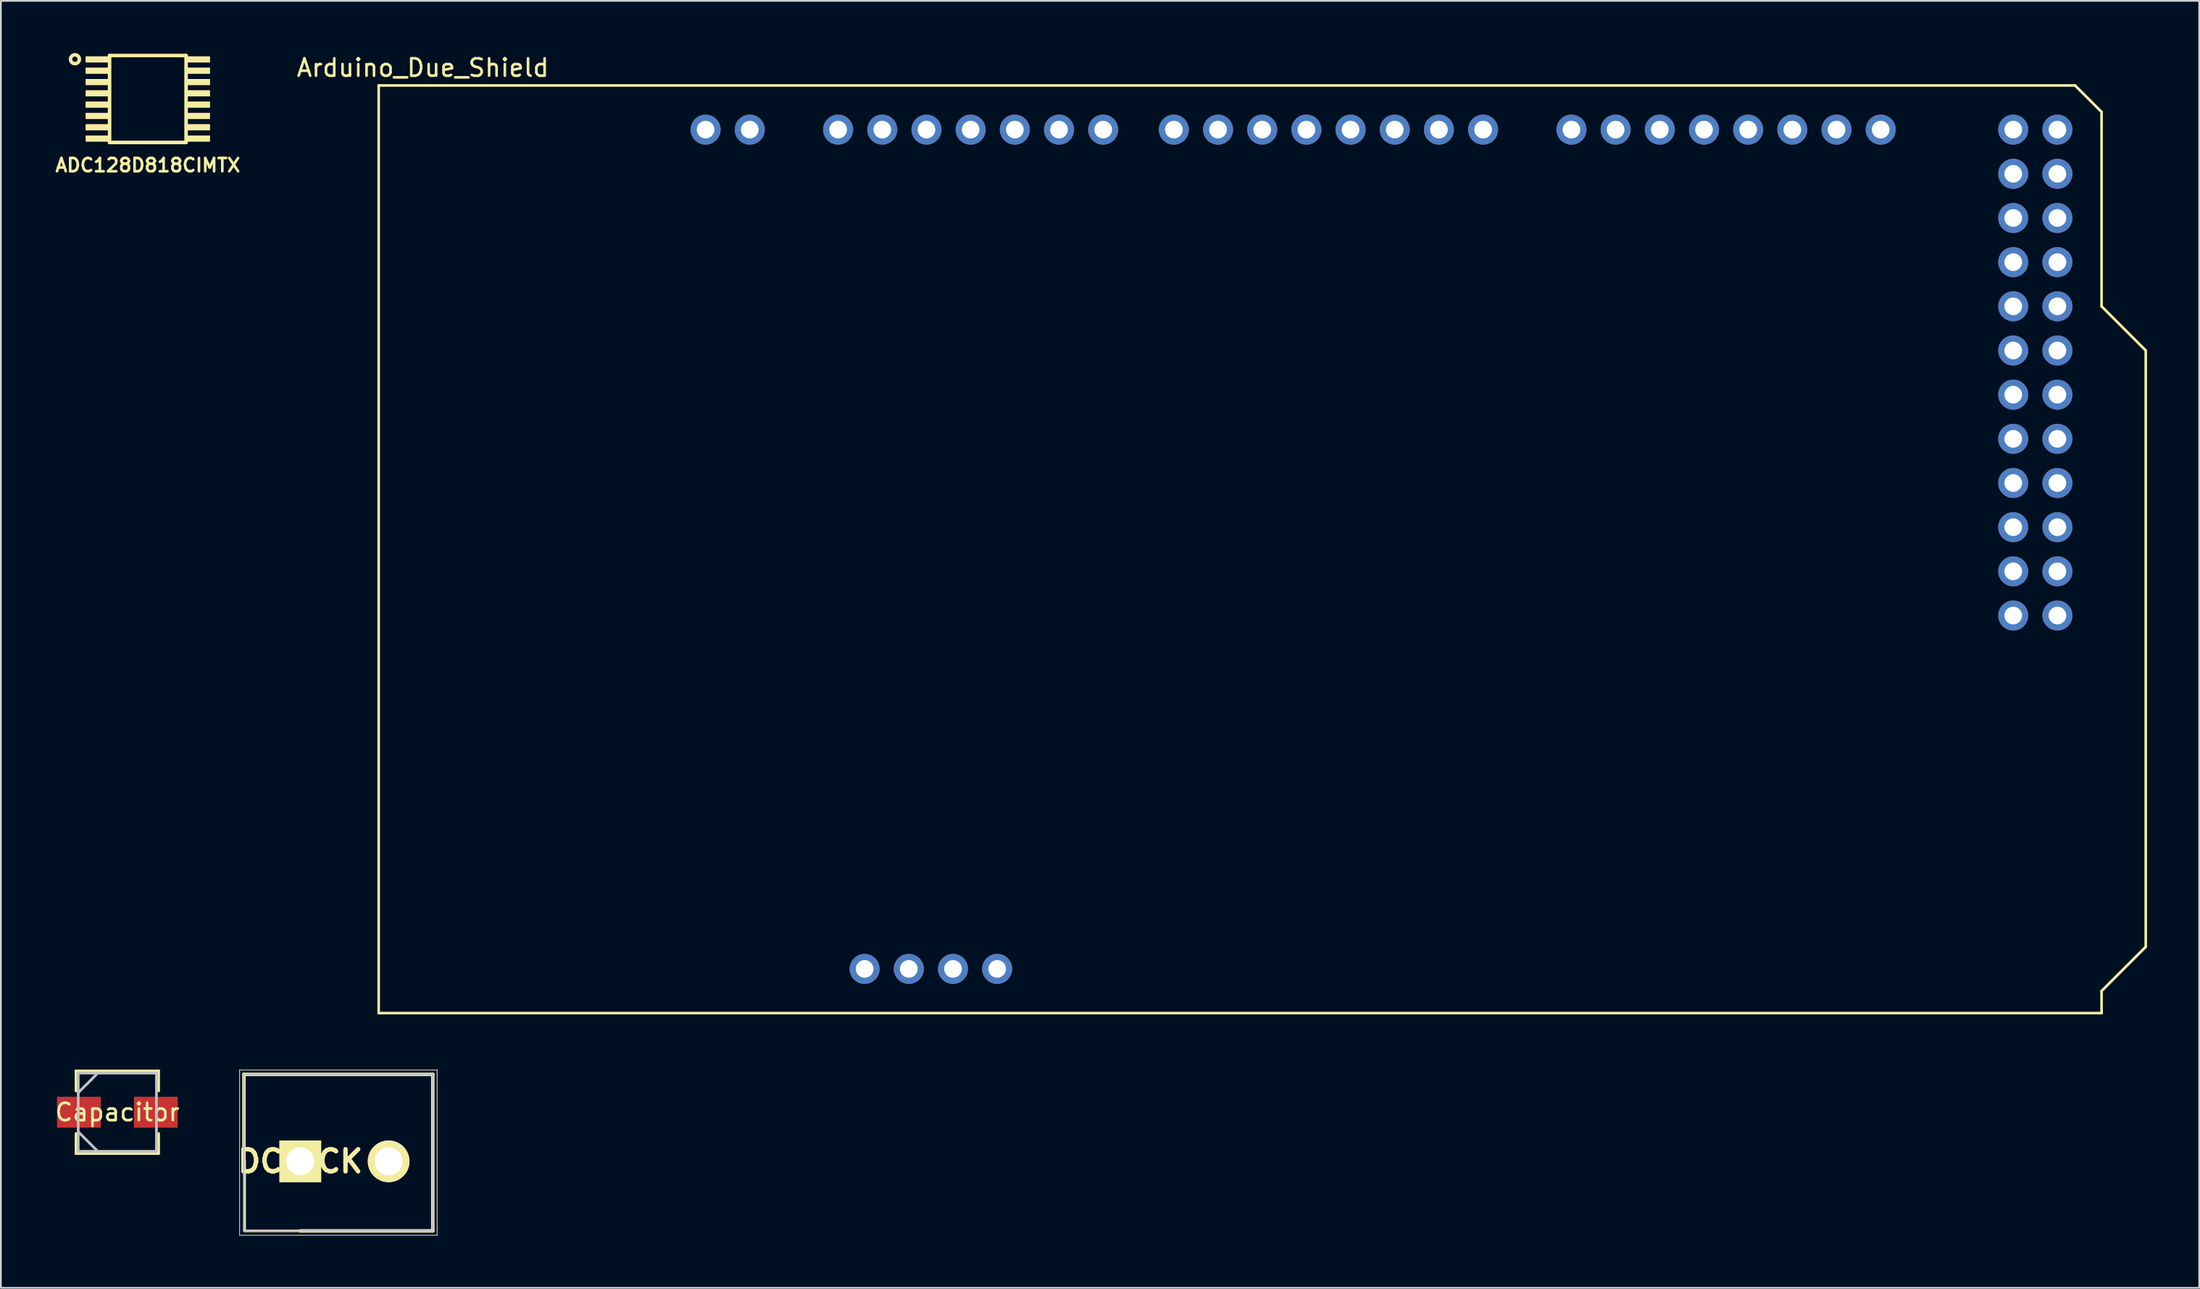
<source format=kicad_pcb>
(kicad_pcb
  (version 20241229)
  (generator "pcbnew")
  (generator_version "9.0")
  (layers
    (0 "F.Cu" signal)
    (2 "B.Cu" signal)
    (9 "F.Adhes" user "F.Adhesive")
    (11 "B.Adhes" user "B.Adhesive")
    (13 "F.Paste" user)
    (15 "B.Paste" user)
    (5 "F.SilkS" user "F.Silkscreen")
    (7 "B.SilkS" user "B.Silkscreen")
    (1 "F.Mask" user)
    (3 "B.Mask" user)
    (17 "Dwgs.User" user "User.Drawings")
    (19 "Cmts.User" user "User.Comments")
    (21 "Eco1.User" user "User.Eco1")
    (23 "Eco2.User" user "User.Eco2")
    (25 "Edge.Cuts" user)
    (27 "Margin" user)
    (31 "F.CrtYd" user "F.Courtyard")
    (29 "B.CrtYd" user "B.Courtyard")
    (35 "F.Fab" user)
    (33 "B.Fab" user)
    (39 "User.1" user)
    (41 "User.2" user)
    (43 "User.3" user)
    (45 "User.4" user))
  (footprint "Arduino_Due_Shield"
    (layer "F.Cu")
    (at 18.723 55.204)
    (property "Reference" "Arduino_Due_Shield" (at 2.54 -54.356 0) (layer "F.SilkS") (effects (font (size 1 1) (thickness 0.15))))
    (attr through_hole)
    (fp_line (start 0 -53.34) (end 0 0) (stroke (width 0.15) (type solid)) (layer "F.SilkS"))
    (fp_line (start 0 -53.34) (end 97.536 -53.34) (stroke (width 0.15) (type solid)) (layer "F.SilkS"))
    (fp_line (start 0 0) (end 99.06 0) (stroke (width 0.15) (type solid)) (layer "F.SilkS"))
    (fp_line (start 97.536 -53.34) (end 99.06 -51.816) (stroke (width 0.15) (type solid)) (layer "F.SilkS"))
    (fp_line (start 99.06 -40.64) (end 99.06 -51.816) (stroke (width 0.15) (type solid)) (layer "F.SilkS"))
    (fp_line (start 99.06 -1.27) (end 101.6 -3.81) (stroke (width 0.15) (type solid)) (layer "F.SilkS"))
    (fp_line (start 99.06 0) (end 99.06 -1.27) (stroke (width 0.15) (type solid)) (layer "F.SilkS"))
    (fp_line (start 101.6 -38.1) (end 99.06 -40.64) (stroke (width 0.15) (type solid)) (layer "F.SilkS"))
    (fp_line (start 101.6 -3.81) (end 101.6 -38.1) (stroke (width 0.15) (type solid)) (layer "F.SilkS"))
    (pad "" thru_hole oval (at 27.94 -2.54) (size 1.727 1.727) (drill 1.016) (layers "*.Cu" "*.Mask"))
    (pad "3.3V" thru_hole oval (at 35.56 -2.54) (size 1.727 1.727) (drill 1.016) (layers "*.Cu" "*.Mask"))
    (pad "5V3" thru_hole oval (at 93.98 -50.8) (size 1.727 1.727) (drill 1.016) (layers "*.Cu" "*.Mask"))
    (pad "5V4" thru_hole oval (at 96.52 -50.8) (size 1.727 1.727) (drill 1.016) (layers "*.Cu" "*.Mask"))
    (pad "D0" thru_hole oval (at 63.5 -50.8) (size 1.727 1.727) (drill 1.016) (layers "*.Cu" "*.Mask"))
    (pad "D1" thru_hole oval (at 60.96 -50.8) (size 1.727 1.727) (drill 1.016) (layers "*.Cu" "*.Mask"))
    (pad "D2" thru_hole oval (at 58.42 -50.8) (size 1.727 1.727) (drill 1.016) (layers "*.Cu" "*.Mask"))
    (pad "D3" thru_hole oval (at 55.88 -50.8) (size 1.727 1.727) (drill 1.016) (layers "*.Cu" "*.Mask"))
    (pad "D4" thru_hole oval (at 53.34 -50.8) (size 1.727 1.727) (drill 1.016) (layers "*.Cu" "*.Mask"))
    (pad "D5" thru_hole oval (at 50.8 -50.8) (size 1.727 1.727) (drill 1.016) (layers "*.Cu" "*.Mask"))
    (pad "D6" thru_hole oval (at 48.26 -50.8) (size 1.727 1.727) (drill 1.016) (layers "*.Cu" "*.Mask"))
    (pad "D7" thru_hole oval (at 45.72 -50.8) (size 1.727 1.727) (drill 1.016) (layers "*.Cu" "*.Mask"))
    (pad "D8" thru_hole oval (at 41.656 -50.8) (size 1.727 1.727) (drill 1.016) (layers "*.Cu" "*.Mask"))
    (pad "D9" thru_hole oval (at 39.116 -50.8) (size 1.727 1.727) (drill 1.016) (layers "*.Cu" "*.Mask"))
    (pad "D10" thru_hole oval (at 36.576 -50.8) (size 1.727 1.727) (drill 1.016) (layers "*.Cu" "*.Mask"))
    (pad "D11" thru_hole oval (at 34.036 -50.8) (size 1.727 1.727) (drill 1.016) (layers "*.Cu" "*.Mask"))
    (pad "D12" thru_hole oval (at 31.496 -50.8) (size 1.727 1.727) (drill 1.016) (layers "*.Cu" "*.Mask"))
    (pad "D13" thru_hole oval (at 28.956 -50.8) (size 1.727 1.727) (drill 1.016) (layers "*.Cu" "*.Mask"))
    (pad "D14" thru_hole oval (at 68.58 -50.8) (size 1.727 1.727) (drill 1.016) (layers "*.Cu" "*.Mask"))
    (pad "D15" thru_hole oval (at 71.12 -50.8) (size 1.727 1.727) (drill 1.016) (layers "*.Cu" "*.Mask"))
    (pad "D16" thru_hole oval (at 73.66 -50.8) (size 1.727 1.727) (drill 1.016) (layers "*.Cu" "*.Mask"))
    (pad "D17" thru_hole oval (at 76.2 -50.8) (size 1.727 1.727) (drill 1.016) (layers "*.Cu" "*.Mask"))
    (pad "D18" thru_hole oval (at 78.74 -50.8) (size 1.727 1.727) (drill 1.016) (layers "*.Cu" "*.Mask"))
    (pad "D19" thru_hole oval (at 81.28 -50.8) (size 1.727 1.727) (drill 1.016) (layers "*.Cu" "*.Mask"))
    (pad "D20" thru_hole oval (at 83.82 -50.8) (size 1.727 1.727) (drill 1.016) (layers "*.Cu" "*.Mask"))
    (pad "D21" thru_hole oval (at 86.36 -50.8) (size 1.727 1.727) (drill 1.016) (layers "*.Cu" "*.Mask"))
    (pad "D22" thru_hole oval (at 93.98 -48.26) (size 1.727 1.727) (drill 1.016) (layers "*.Cu" "*.Mask"))
    (pad "D23" thru_hole oval (at 96.52 -48.26) (size 1.727 1.727) (drill 1.016) (layers "*.Cu" "*.Mask"))
    (pad "D24" thru_hole oval (at 93.98 -45.72) (size 1.727 1.727) (drill 1.016) (layers "*.Cu" "*.Mask"))
    (pad "D25" thru_hole oval (at 96.52 -45.72) (size 1.727 1.727) (drill 1.016) (layers "*.Cu" "*.Mask"))
    (pad "D26" thru_hole oval (at 93.98 -43.18) (size 1.727 1.727) (drill 1.016) (layers "*.Cu" "*.Mask"))
    (pad "D27" thru_hole oval (at 96.52 -43.18) (size 1.727 1.727) (drill 1.016) (layers "*.Cu" "*.Mask"))
    (pad "D28" thru_hole oval (at 93.98 -40.64) (size 1.727 1.727) (drill 1.016) (layers "*.Cu" "*.Mask"))
    (pad "D29" thru_hole oval (at 96.52 -40.64) (size 1.727 1.727) (drill 1.016) (layers "*.Cu" "*.Mask"))
    (pad "D30" thru_hole oval (at 93.98 -38.1) (size 1.727 1.727) (drill 1.016) (layers "*.Cu" "*.Mask"))
    (pad "D31" thru_hole oval (at 96.52 -38.1) (size 1.727 1.727) (drill 1.016) (layers "*.Cu" "*.Mask"))
    (pad "D32" thru_hole oval (at 93.98 -35.56) (size 1.727 1.727) (drill 1.016) (layers "*.Cu" "*.Mask"))
    (pad "D33" thru_hole oval (at 96.52 -35.56) (size 1.727 1.727) (drill 1.016) (layers "*.Cu" "*.Mask"))
    (pad "D34" thru_hole oval (at 93.98 -33.02) (size 1.727 1.727) (drill 1.016) (layers "*.Cu" "*.Mask"))
    (pad "D35" thru_hole oval (at 96.52 -33.02) (size 1.727 1.727) (drill 1.016) (layers "*.Cu" "*.Mask"))
    (pad "D36" thru_hole oval (at 93.98 -30.48) (size 1.727 1.727) (drill 1.016) (layers "*.Cu" "*.Mask"))
    (pad "D37" thru_hole oval (at 96.52 -30.48) (size 1.727 1.727) (drill 1.016) (layers "*.Cu" "*.Mask"))
    (pad "D38" thru_hole oval (at 93.98 -27.94) (size 1.727 1.727) (drill 1.016) (layers "*.Cu" "*.Mask"))
    (pad "D39" thru_hole oval (at 96.52 -27.94) (size 1.727 1.727) (drill 1.016) (layers "*.Cu" "*.Mask"))
    (pad "D40" thru_hole oval (at 93.98 -25.4) (size 1.727 1.727) (drill 1.016) (layers "*.Cu" "*.Mask"))
    (pad "D41" thru_hole oval (at 96.52 -25.4) (size 1.727 1.727) (drill 1.016) (layers "*.Cu" "*.Mask"))
    (pad "D42" thru_hole oval (at 93.98 -22.86) (size 1.727 1.727) (drill 1.016) (layers "*.Cu" "*.Mask"))
    (pad "D43" thru_hole oval (at 96.52 -22.86) (size 1.727 1.727) (drill 1.016) (layers "*.Cu" "*.Mask"))
    (pad "GND1" thru_hole oval (at 26.416 -50.8) (size 1.727 1.727) (drill 1.016) (layers "*.Cu" "*.Mask"))
    (pad "IORF" thru_hole oval (at 30.48 -2.54) (size 1.727 1.727) (drill 1.016) (layers "*.Cu" "*.Mask"))
    (pad "RST1" thru_hole oval (at 33.02 -2.54) (size 1.727 1.727) (drill 1.016) (layers "*.Cu" "*.Mask"))
    (pad "SCL1" thru_hole oval (at 18.796 -50.8) (size 1.727 1.727) (drill 1.016) (layers "*.Cu" "*.Mask"))
    (pad "SDA1" thru_hole oval (at 21.336 -50.8) (size 1.727 1.727) (drill 1.016) (layers "*.Cu" "*.Mask")))
  (footprint "Capacitor"
    (layer "F.Cu")
    (at 3.696 60.905)
    (property "Reference" "Capacitor" (at 0 0 0) (layer "F.SilkS") (effects (font (size 1 1) (thickness 0.15))))
    (attr through_hole)
    (fp_line (start -2.375 -2.375) (end -2.375 -1.222) (stroke (width 0.152) (type solid)) (layer "F.SilkS"))
    (fp_line (start -2.375 1.222) (end -2.375 2.375) (stroke (width 0.152) (type solid)) (layer "F.SilkS"))
    (fp_line (start -2.375 2.375) (end 2.375 2.375) (stroke (width 0.152) (type solid)) (layer "F.SilkS"))
    (fp_line (start 2.375 -2.375) (end -2.375 -2.375) (stroke (width 0.152) (type solid)) (layer "F.SilkS"))
    (fp_line (start 2.375 -1.222) (end 2.375 -2.375) (stroke (width 0.152) (type solid)) (layer "F.SilkS"))
    (fp_line (start 2.375 2.375) (end 2.375 1.222) (stroke (width 0.152) (type solid)) (layer "F.SilkS"))
    (fp_line (start -2.248 -2.248) (end -2.248 2.248) (stroke (width 0.152) (type solid)) (layer "Dwgs.User"))
    (fp_line (start -2.248 -1.124) (end -1.124 -2.248) (stroke (width 0.152) (type solid)) (layer "Dwgs.User"))
    (fp_line (start -2.248 1.124) (end -1.124 2.248) (stroke (width 0.152) (type solid)) (layer "Dwgs.User"))
    (fp_line (start -2.248 2.248) (end 2.248 2.248) (stroke (width 0.152) (type solid)) (layer "Dwgs.User"))
    (fp_line (start 2.248 -2.248) (end -2.248 -2.248) (stroke (width 0.152) (type solid)) (layer "Dwgs.User"))
    (fp_line (start 2.248 2.248) (end 2.248 -2.248) (stroke (width 0.152) (type solid)) (layer "Dwgs.User"))
    (fp_text user "Copyright 2016 Accelerated Designs. All rights reserved." (at 0 0 0) (layer "Cmts.User") (effects (font (size 0.127 0.127) (thickness 0.002))))
    (pad "" smd rect (at -2.21 0) (size 2.515 1.778) (layers "F.Mask"))
    (pad "" smd rect (at -2.21 0) (size 2.515 1.778) (layers "F.Paste"))
    (pad "" smd rect (at 2.21 0) (size 2.515 1.778) (layers "F.Mask"))
    (pad "" smd rect (at 2.21 0) (size 2.515 1.778) (layers "F.Paste"))
    (pad "1" smd rect (at -2.21 0) (size 2.515 1.778) (layers "F.Cu"))
    (pad "2" smd rect (at 2.21 0) (size 2.515 1.778) (layers "F.Cu")))
  (footprint "DCJACK"
    (layer "F.Cu")
    (at 14.215 63.729)
    (property "Reference" "DCJACK" (at 0 0 0) (layer "F.SilkS") (effects (font (size 1.27 1.27) (thickness 0.254))))
    (attr through_hole)
    (fp_line (start -3.24 -5) (end -3.24 0) (stroke (width 0.2) (type solid)) (layer "F.SilkS"))
    (fp_line (start -3.2 0) (end -3.2 4) (stroke (width 0.15) (type solid)) (layer "F.SilkS"))
    (fp_line (start -3.2 4) (end 1 4) (stroke (width 0.15) (type solid)) (layer "F.SilkS"))
    (fp_line (start 0 4) (end 7.62 4) (stroke (width 0.2) (type solid)) (layer "F.SilkS"))
    (fp_line (start 7.62 -5) (end -3.24 -5) (stroke (width 0.2) (type solid)) (layer "F.SilkS"))
    (fp_line (start 7.62 4) (end 7.62 -5) (stroke (width 0.2) (type solid)) (layer "F.SilkS"))
    (fp_line (start -3.49 -5.25) (end 7.87 -5.25) (stroke (width 0.05) (type solid)) (layer "Dwgs.User"))
    (fp_line (start -3.49 4.25) (end -3.49 -5.25) (stroke (width 0.05) (type solid)) (layer "Dwgs.User"))
    (fp_line (start -3.24 -5) (end 7.62 -5) (stroke (width 0.1) (type solid)) (layer "Dwgs.User"))
    (fp_line (start -3.24 4) (end -3.24 -5) (stroke (width 0.1) (type solid)) (layer "Dwgs.User"))
    (fp_line (start 7.62 -5) (end 7.62 4) (stroke (width 0.1) (type solid)) (layer "Dwgs.User"))
    (fp_line (start 7.62 4) (end -3.24 4) (stroke (width 0.1) (type solid)) (layer "Dwgs.User"))
    (fp_line (start 7.87 -5.25) (end 7.87 4.25) (stroke (width 0.05) (type solid)) (layer "Dwgs.User"))
    (fp_line (start 7.87 4.25) (end -3.49 4.25) (stroke (width 0.05) (type solid)) (layer "Dwgs.User"))
    (pad "1" thru_hole rect (at 0 0 90) (size 2.4 2.4) (drill 1.6) (layers "*.Mask" "B.Cu" "F.SilkS"))
    (pad "2" thru_hole circle (at 5.08 0 90) (size 2.4 2.4) (drill 1.6) (layers "*.Mask" "B.Cu" "F.SilkS")))
  (footprint "ADC128D818CIMTX"
    (layer "F.Cu")
    (at 5.45 2.642)
    (property "Reference" "ADC128D818CIMTX" (at 0 3.81 0) (layer "F.SilkS") (effects (font (size 0.762 0.762) (thickness 0.152))))
    (attr smd)
    (fp_line (start -2.2 -2.499) (end -2.2 2.499) (stroke (width 0.203) (type solid)) (layer "F.SilkS"))
    (fp_line (start -2.2 2.499) (end 2.2 2.499) (stroke (width 0.203) (type solid)) (layer "F.SilkS"))
    (fp_line (start 2.2 -2.499) (end -2.2 -2.499) (stroke (width 0.203) (type solid)) (layer "F.SilkS"))
    (fp_line (start 2.2 2.499) (end 2.2 -2.499) (stroke (width 0.203) (type solid)) (layer "F.SilkS"))
    (fp_circle (center -4.191 -2.286) (end -3.937 -2.286) (stroke (width 0.203) (type solid)) (fill no) (layer "F.SilkS"))
    (pad "1" smd rect (at -2.875 -2.276) (size 1.4 0.351) (layers "F.Cu" "F.Mask" "F.SilkS" "F.Paste"))
    (pad "2" smd rect (at -2.875 -1.626) (size 1.4 0.351) (layers "F.Cu" "F.Mask" "F.SilkS" "F.Paste"))
    (pad "3" smd rect (at -2.875 -0.975) (size 1.4 0.351) (layers "F.Cu" "F.Mask" "F.SilkS" "F.Paste"))
    (pad "4" smd rect (at -2.875 -0.325) (size 1.4 0.351) (layers "F.Cu" "F.Mask" "F.SilkS" "F.Paste"))
    (pad "5" smd rect (at -2.875 0.325) (size 1.4 0.351) (layers "F.Cu" "F.Mask" "F.SilkS" "F.Paste"))
    (pad "6" smd rect (at -2.875 0.975) (size 1.4 0.351) (layers "F.Cu" "F.Mask" "F.SilkS" "F.Paste"))
    (pad "7" smd rect (at -2.875 1.626) (size 1.4 0.351) (layers "F.Cu" "F.Mask" "F.SilkS" "F.Paste"))
    (pad "8" smd rect (at -2.875 2.276) (size 1.4 0.351) (layers "F.Cu" "F.Mask" "F.SilkS" "F.Paste"))
    (pad "9" smd rect (at 2.875 2.276) (size 1.4 0.351) (layers "F.Cu" "F.Mask" "F.SilkS" "F.Paste"))
    (pad "10" smd rect (at 2.875 1.626) (size 1.4 0.351) (layers "F.Cu" "F.Mask" "F.SilkS" "F.Paste"))
    (pad "11" smd rect (at 2.875 0.975) (size 1.4 0.351) (layers "F.Cu" "F.Mask" "F.SilkS" "F.Paste"))
    (pad "12" smd rect (at 2.875 0.325) (size 1.4 0.351) (layers "F.Cu" "F.Mask" "F.SilkS" "F.Paste"))
    (pad "13" smd rect (at 2.875 -0.325) (size 1.4 0.351) (layers "F.Cu" "F.Mask" "F.SilkS" "F.Paste"))
    (pad "14" smd rect (at 2.875 -0.975) (size 1.4 0.351) (layers "F.Cu" "F.Mask" "F.SilkS" "F.Paste"))
    (pad "15" smd rect (at 2.875 -1.626) (size 1.4 0.351) (layers "F.Cu" "F.Mask" "F.SilkS" "F.Paste"))
    (pad "16" smd rect (at 2.875 -2.276) (size 1.4 0.351) (layers "F.Cu" "F.Mask" "F.SilkS" "F.Paste")))
  (gr_rect
    (start -3 -3)
    (end 123.398 71.004)
    (stroke (width 0.1) (type default))
    (fill no)
    (layer "Edge.Cuts")))
</source>
